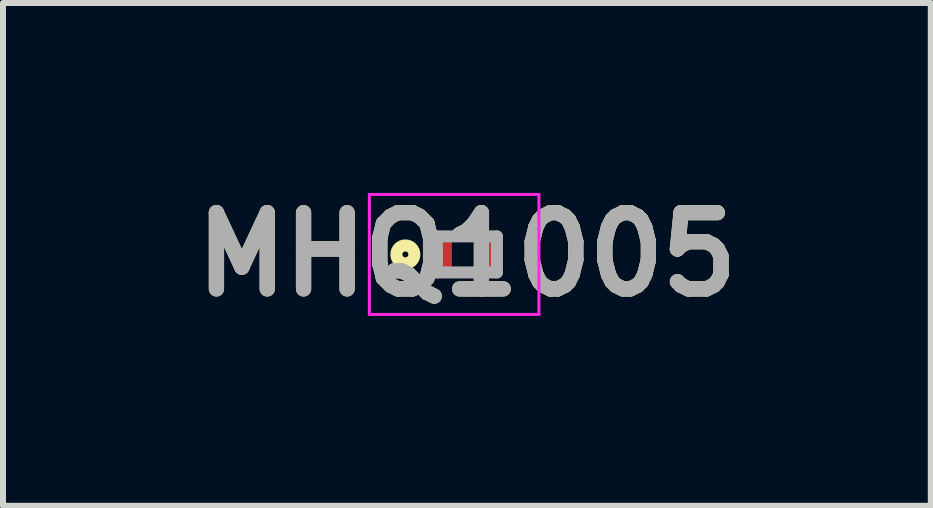
<source format=kicad_pcb>
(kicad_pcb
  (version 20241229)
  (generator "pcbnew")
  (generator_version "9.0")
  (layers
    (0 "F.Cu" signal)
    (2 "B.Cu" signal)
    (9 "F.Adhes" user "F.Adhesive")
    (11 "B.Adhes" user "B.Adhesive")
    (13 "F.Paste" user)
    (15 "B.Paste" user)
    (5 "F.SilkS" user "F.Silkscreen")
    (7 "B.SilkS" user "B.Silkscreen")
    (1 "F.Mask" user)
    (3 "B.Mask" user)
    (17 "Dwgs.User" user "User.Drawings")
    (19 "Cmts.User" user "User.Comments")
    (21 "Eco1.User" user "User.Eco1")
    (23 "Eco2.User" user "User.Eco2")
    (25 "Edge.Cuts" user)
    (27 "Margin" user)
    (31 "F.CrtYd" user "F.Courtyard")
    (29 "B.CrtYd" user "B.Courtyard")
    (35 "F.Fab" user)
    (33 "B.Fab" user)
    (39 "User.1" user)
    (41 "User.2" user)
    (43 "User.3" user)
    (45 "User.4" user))
  (footprint "MHQ1005"
    (layer "F.Cu")
    (at 4.729 1.189)
    (property "Reference" "MHQ1005" (at 0 0 0) (layer "F.SilkS") (effects (font (size 1.27 1.27) (thickness 0.254))))
    (attr smd)
    (fp_circle (center -1.025 0) (end -1.025 0.05) (stroke (width 0.2) (type solid)) (fill no) (layer "F.SilkS"))
    (fp_line (start -1.625 -1) (end 1.2 -1) (stroke (width 0.05) (type solid)) (layer "F.CrtYd"))
    (fp_line (start -1.625 1) (end -1.625 -1) (stroke (width 0.05) (type solid)) (layer "F.CrtYd"))
    (fp_line (start 1.2 -1) (end 1.2 1) (stroke (width 0.05) (type solid)) (layer "F.CrtYd"))
    (fp_line (start 1.2 1) (end -1.625 1) (stroke (width 0.05) (type solid)) (layer "F.CrtYd"))
    (fp_line (start -0.5 -0.3) (end 0.5 -0.3) (stroke (width 0.2) (type solid)) (layer "F.Fab"))
    (fp_line (start -0.5 0.3) (end -0.5 -0.3) (stroke (width 0.2) (type solid)) (layer "F.Fab"))
    (fp_line (start 0.5 -0.3) (end 0.5 0.3) (stroke (width 0.2) (type solid)) (layer "F.Fab"))
    (fp_line (start 0.5 0.3) (end -0.5 0.3) (stroke (width 0.2) (type solid)) (layer "F.Fab"))
    (fp_text user "${REFERENCE}" (at 0 0 0) (layer "F.Fab") (effects (font (size 1.27 1.27) (thickness 0.254))))
    (pad "1" smd rect (at -0.425 0) (size 0.35 0.65) (layers "F.Cu" "F.Mask" "F.Paste"))
    (pad "2" smd rect (at 0.425 0) (size 0.35 0.65) (layers "F.Cu" "F.Mask" "F.Paste")))
  (gr_rect
    (start -3 -3)
    (end 12.458 5.377)
    (stroke (width 0.1) (type default))
    (fill no)
    (layer "Edge.Cuts")))
</source>
